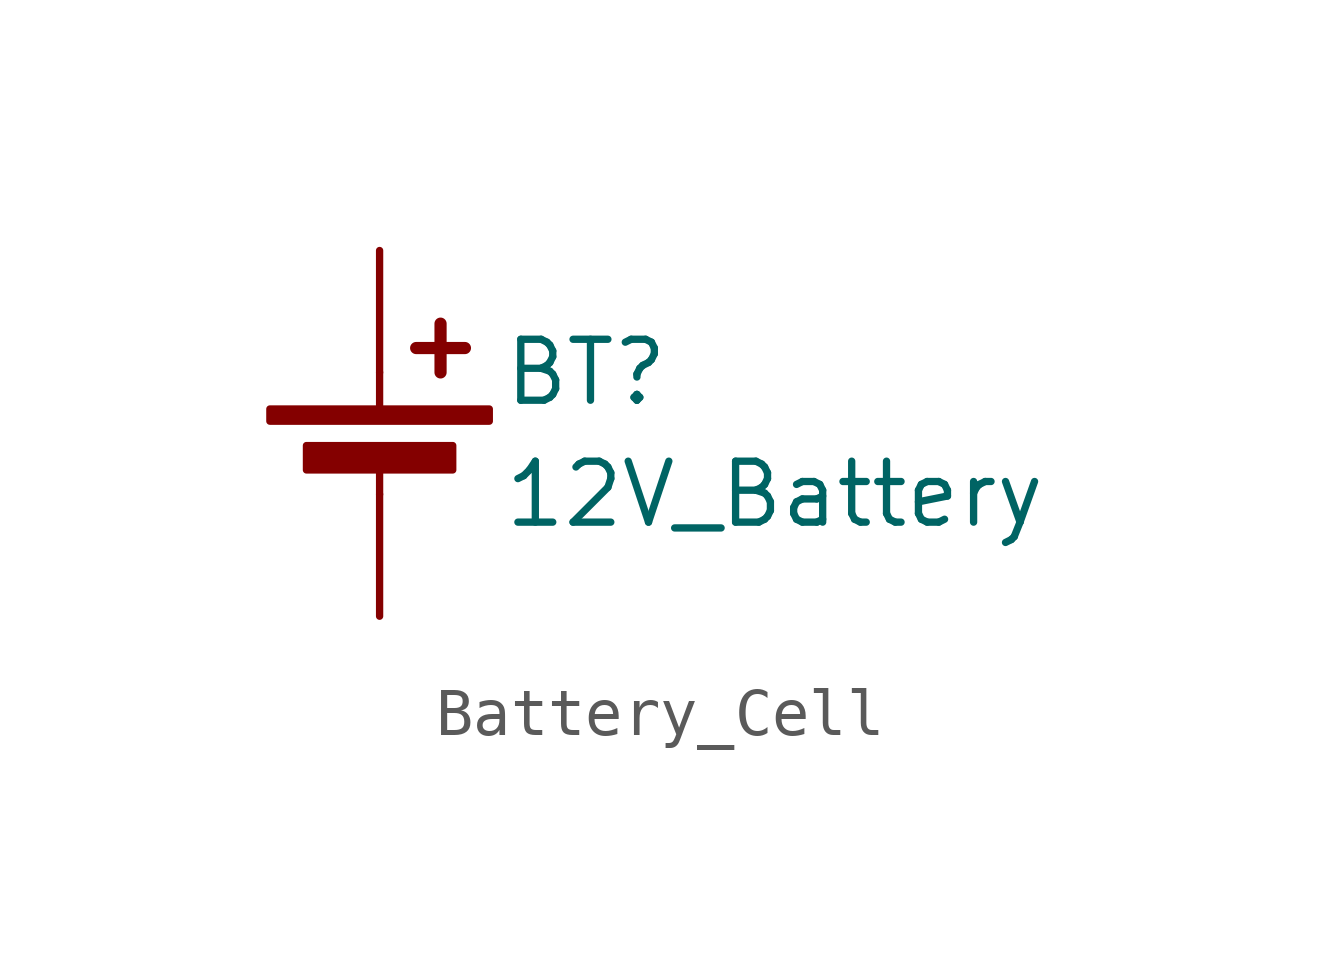
<source format=kicad_sym>
(kicad_symbol_lib
  (version 20220914)
  (generator kicad_symbol_editor)
  (symbol "Battery_Cell"
    (pin_numbers hide)
    (pin_names
      (offset 0) hide)
    (property "Reference" "BT"
      (at 2.54 2.54 0)
      (effects (font (size 1.27 1.27)) (justify left)))
    (property "Value" "12V_Battery"
      (at 2.54 0 0)
      (effects (font (size 1.27 1.27)) (justify left)))
    (symbol "Battery_Cell_0_1"
      (rectangle (start -2.286 1.778) (end 2.286 1.524) (stroke (width 0) (type default)) (fill (type outline)))
      (rectangle (start -1.524 1.016) (end 1.524 0.508) (stroke (width 0) (type default)) (fill (type outline)))
      (polyline (pts (xy 0 0.762) (xy 0 0)) (stroke (width 0) (type default)) (fill (type none)))
      (polyline (pts (xy 0 1.778) (xy 0 2.54)) (stroke (width 0) (type default)) (fill (type none)))
      (polyline (pts (xy 0.762 3.048) (xy 1.778 3.048)) (stroke (width 0.254) (type default)) (fill (type none)))
      (polyline (pts (xy 1.27 3.556) (xy 1.27 2.54)) (stroke (width 0.254) (type default)) (fill (type none))))
    (symbol "Battery_Cell_1_1"
      (pin passive line (at 0 5.08 270) (length 2.54) (name "+" (effects (font (size 1.27 1.27)))) (number "1" (effects (font (size 1.27 1.27)))))
      (pin passive line (at 0 -2.54 90) (length 2.54) (name "-" (effects (font (size 1.27 1.27)))) (number "2" (effects (font (size 1.27 1.27))))))))
</source>
